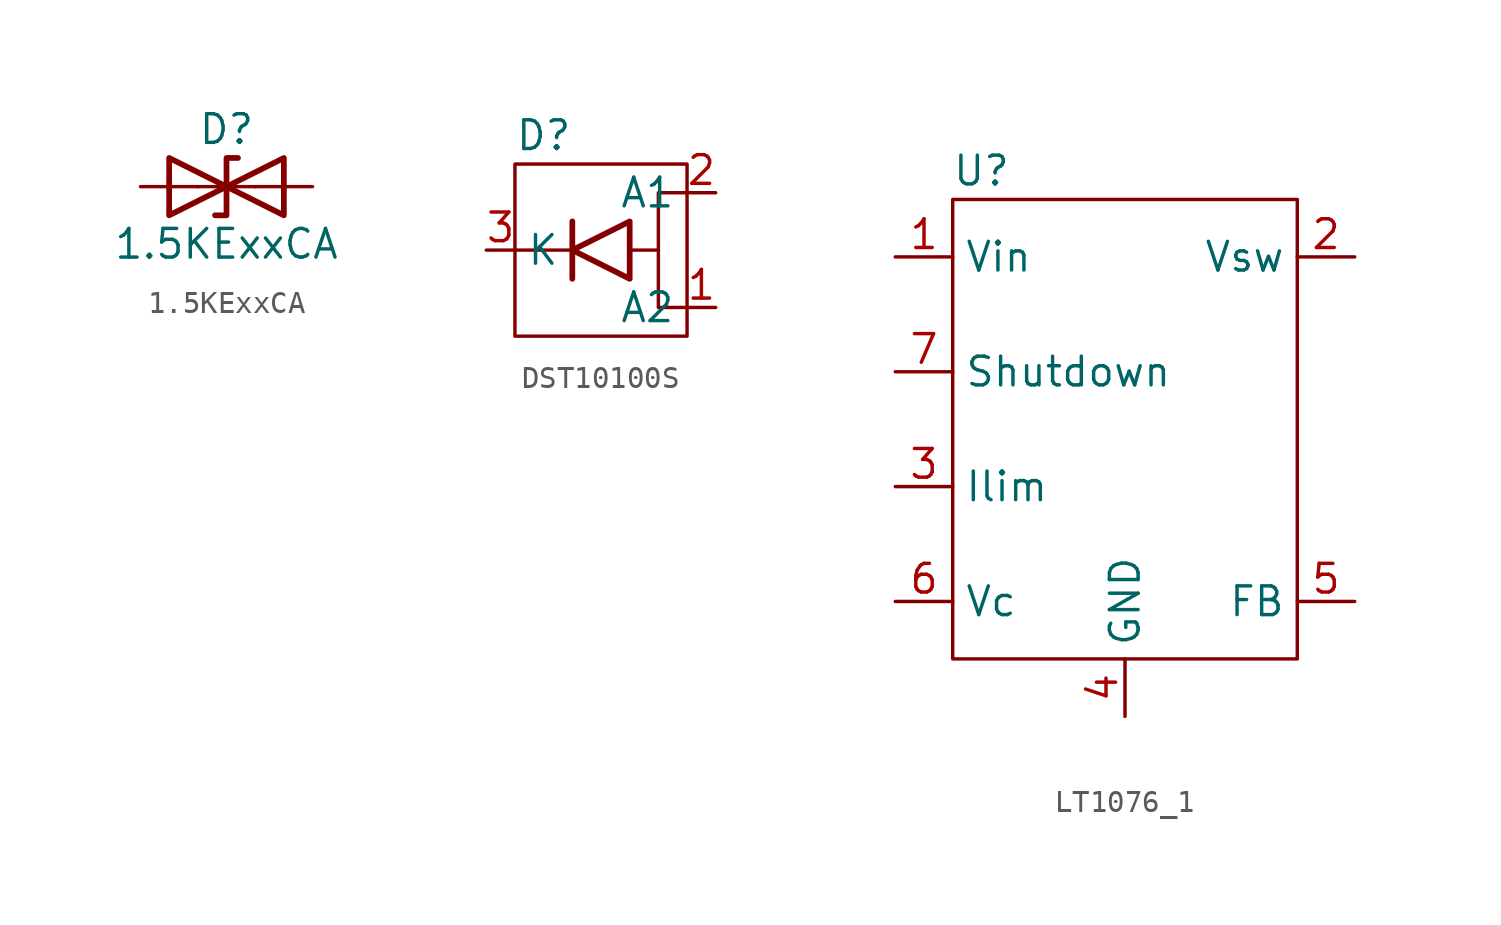
<source format=kicad_sym>
(kicad_symbol_lib
  (version 20220914)
  (generator kicad_symbol_editor)
  (symbol "1.5KExxCA"
    (pin_numbers hide)
    (pin_names
      (offset 1.016) hide)
    (property "Reference" "D"
      (at 0 2.54 0)
      (effects (font (size 1.27 1.27))))
    (property "Value" "1.5KExxCA"
      (at 0 -2.54 0)
      (effects (font (size 1.27 1.27))))
    (symbol "1.5KExxCA_0_1"
      (polyline (pts (xy 1.27 0) (xy -1.27 0)) (stroke (width 0) (type default)) (fill (type none)))
      (polyline (pts (xy -2.54 -1.27) (xy 0 0) (xy -2.54 1.27) (xy -2.54 -1.27)) (stroke (width 0.254) (type default)) (fill (type none)))
      (polyline (pts (xy 0.508 1.27) (xy 0 1.27) (xy 0 -1.27) (xy -0.508 -1.27)) (stroke (width 0.254) (type default)) (fill (type none)))
      (polyline (pts (xy 2.54 1.27) (xy 2.54 -1.27) (xy 0 0) (xy 2.54 1.27)) (stroke (width 0.254) (type default)) (fill (type none))))
    (symbol "1.5KExxCA_1_1"
      (pin passive line (at -3.81 0 0) (length 2.54) (name "A1" (effects (font (size 1.27 1.27)))) (number "1" (effects (font (size 1.27 1.27)))))
      (pin passive line (at 3.81 0 180) (length 2.54) (name "A2" (effects (font (size 1.27 1.27)))) (number "2" (effects (font (size 1.27 1.27)))))))
  (symbol "DST10100S"
    (property "Reference" "D"
      (at -2.54 5.08 0)
      (effects (font (size 1.27 1.27))))
    (property "Value" ""
      (at 0 2.54 0)
      (effects (font (size 1.27 1.27))))
    (symbol "DST10100S_0_1"
      (rectangle (start -3.81 3.81) (end 3.81 -3.81) (stroke (width 0) (type default)) (fill (type none)))
      (polyline (pts (xy -1.27 0) (xy -3.81 0)) (stroke (width 0) (type default)) (fill (type none)))
      (polyline (pts (xy -1.27 1.27) (xy -1.27 -1.27)) (stroke (width 0.254) (type default)) (fill (type none)))
      (polyline (pts (xy 1.27 0) (xy 2.54 0)) (stroke (width 0) (type default)) (fill (type none)))
      (polyline (pts (xy 2.54 0) (xy 2.54 2.54) (xy 3.81 2.54)) (stroke (width 0) (type default)) (fill (type none)))
      (polyline (pts (xy 3.81 -2.54) (xy 2.54 -2.54) (xy 2.54 0)) (stroke (width 0) (type default)) (fill (type none)))
      (polyline (pts (xy 1.27 1.27) (xy 1.27 -1.27) (xy -1.27 0) (xy 1.27 1.27)) (stroke (width 0.254) (type default)) (fill (type none))))
    (symbol "DST10100S_1_1"
      (pin passive line (at 5.08 -2.54 180) (length 1.27) (name "A2" (effects (font (size 1.27 1.27)))) (number "1" (effects (font (size 1.27 1.27)))))
      (pin passive line (at 5.08 2.54 180) (length 1.27) (name "A1" (effects (font (size 1.27 1.27)))) (number "2" (effects (font (size 1.27 1.27)))))
      (pin passive line (at -5.08 0 0) (length 1.27) (name "K" (effects (font (size 1.27 1.27)))) (number "3" (effects (font (size 1.27 1.27)))))))
  (symbol "LT1076_1"
    (property "Reference" "U"
      (at -6.35 10.16 0)
      (effects (font (size 1.27 1.27))))
    (property "Value" ""
      (at -5.08 2.54 0)
      (effects (font (size 1.27 1.27))))
    (symbol "LT1076_1_0_1"
      (rectangle (start -7.62 8.89) (end 7.62 -11.43) (stroke (width 0) (type default)) (fill (type none))))
    (symbol "LT1076_1_1_1"
      (pin power_in line (at -10.16 6.35 0) (length 2.54) (name "Vin" (effects (font (size 1.27 1.27)))) (number "1" (effects (font (size 1.27 1.27)))))
      (pin output line (at 10.16 6.35 180) (length 2.54) (name "Vsw" (effects (font (size 1.27 1.27)))) (number "2" (effects (font (size 1.27 1.27)))))
      (pin input line (at -10.16 -3.81 0) (length 2.54) (name "Ilim" (effects (font (size 1.27 1.27)))) (number "3" (effects (font (size 1.27 1.27)))))
      (pin power_in line (at 0 -13.97 90) (length 2.54) (name "GND" (effects (font (size 1.27 1.27)))) (number "4" (effects (font (size 1.27 1.27)))))
      (pin input line (at 10.16 -8.89 180) (length 2.54) (name "FB" (effects (font (size 1.27 1.27)))) (number "5" (effects (font (size 1.27 1.27)))))
      (pin input line (at -10.16 -8.89 0) (length 2.54) (name "Vc" (effects (font (size 1.27 1.27)))) (number "6" (effects (font (size 1.27 1.27)))))
      (pin input line (at -10.16 1.27 0) (length 2.54) (name "Shutdown" (effects (font (size 1.27 1.27)))) (number "7" (effects (font (size 1.27 1.27))))))))
</source>
